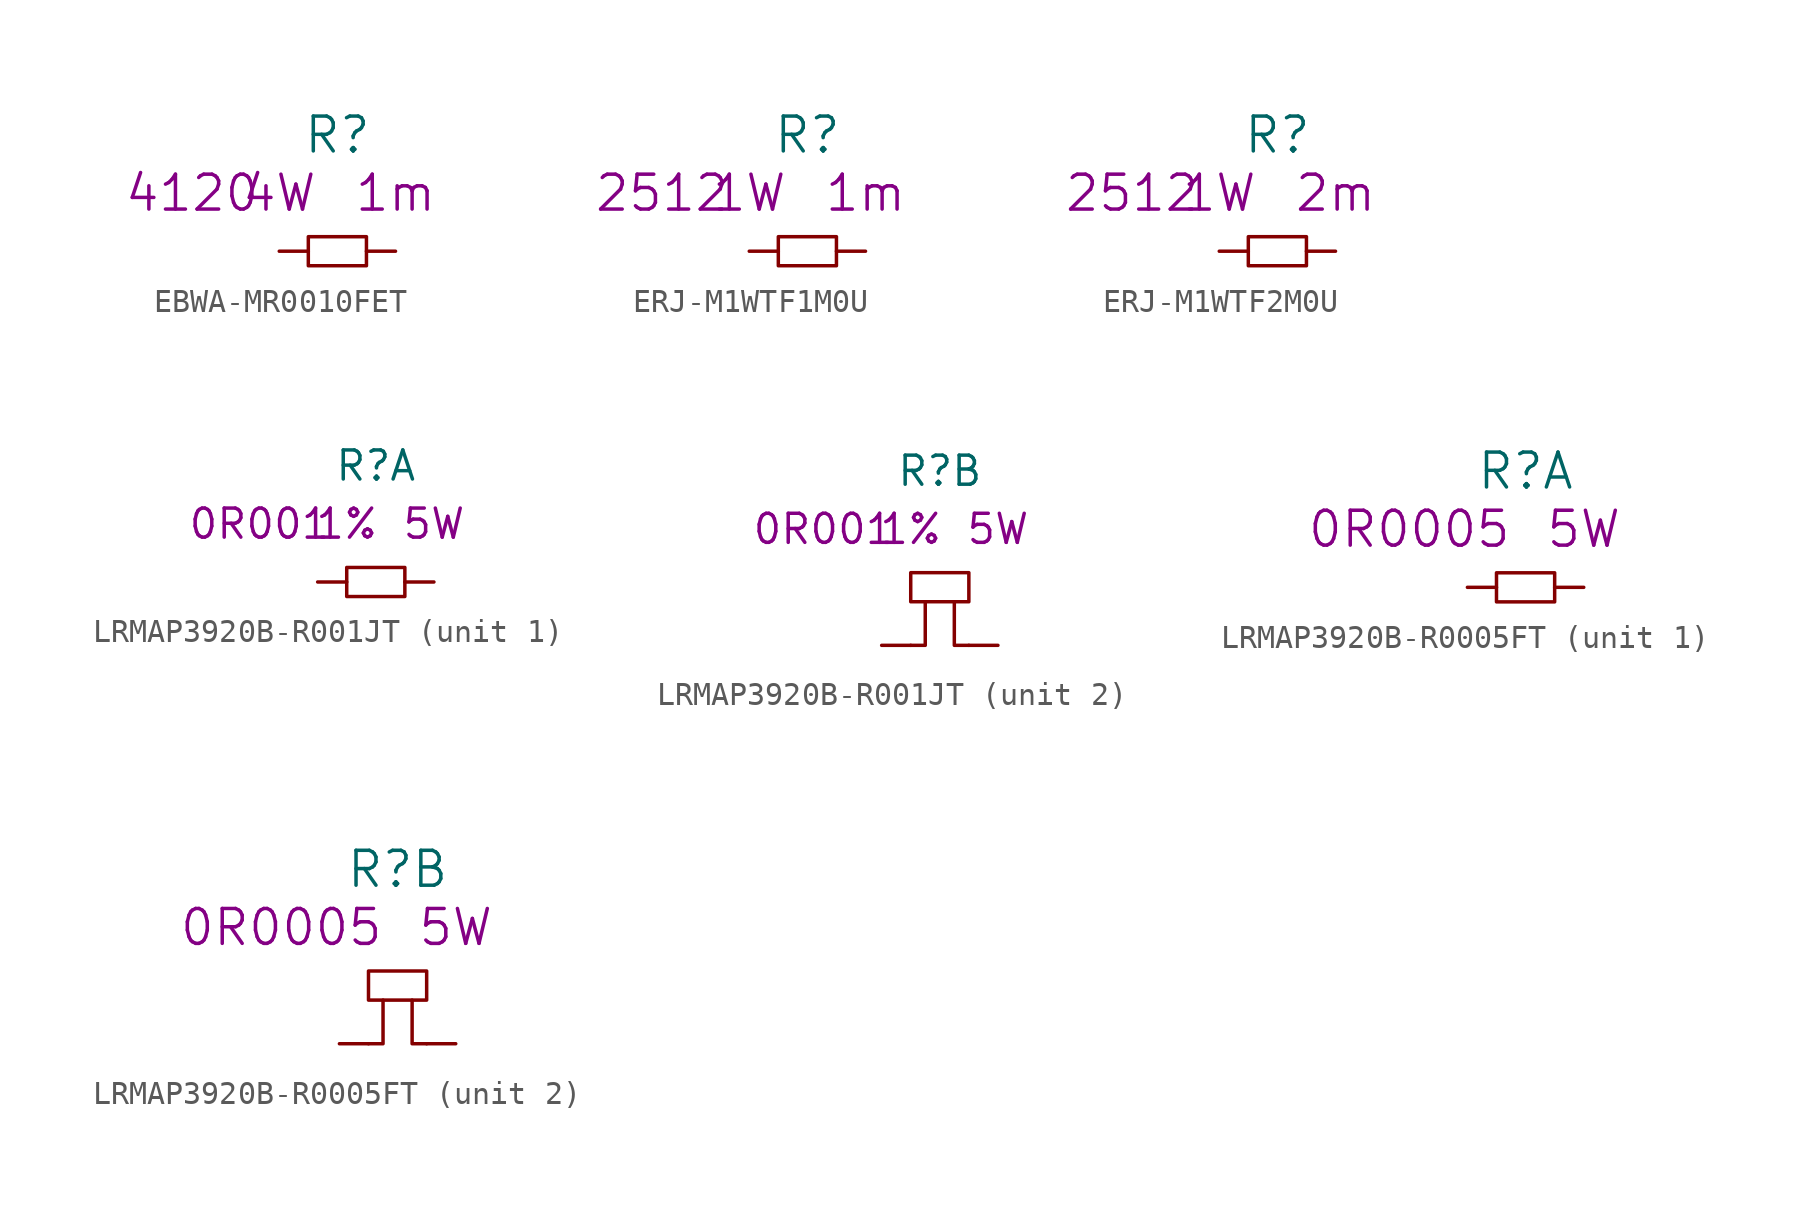
<source format=kicad_sym>
(kicad_symbol_lib
  (version 20220914)
  (generator kicad_symbol_editor)
  (symbol "EBWA-MR0010FET"
    (pin_numbers hide)
    (pin_names
      (offset 1.016) hide)
    (property "Reference" "R"
      (at 0 5.08 0)
      (effects (font (size 1.524 1.524))))
    (property "Size" "4120"
      (at -6.35 2.54 0)
      (effects (font (size 1.524 1.524))))
    (property "Value2" "1m"
      (at 2.54 2.54 0)
      (effects (font (size 1.524 1.524))))
    (property "Rating" "4W"
      (at -2.54 2.54 0)
      (effects (font (size 1.524 1.524))))
    (symbol "EBWA-MR0010FET_0_1"
      (rectangle (start -1.27 0.635) (end 1.27 -0.635) (stroke (width 0) (type solid)) (fill (type none))))
    (symbol "EBWA-MR0010FET_1_1"
      (pin passive line (at -2.54 0 0) (length 1.27) (name "1" (effects (font (size 1.27 1.27)))) (number "1" (effects (font (size 1.27 1.27)))))
      (pin passive line (at 2.54 0 180) (length 1.27) (name "2" (effects (font (size 1.27 1.27)))) (number "2" (effects (font (size 1.27 1.27)))))))
  (symbol "ERJ-M1WTF1M0U"
    (pin_numbers hide)
    (pin_names
      (offset 1.016) hide)
    (property "Reference" "R"
      (at 0 5.08 0)
      (effects (font (size 1.524 1.524))))
    (property "Size" "2512"
      (at -6.35 2.54 0)
      (effects (font (size 1.524 1.524))))
    (property "Value2" "1m"
      (at 2.54 2.54 0)
      (effects (font (size 1.524 1.524))))
    (property "Rating" "1W"
      (at -2.54 2.54 0)
      (effects (font (size 1.524 1.524))))
    (symbol "ERJ-M1WTF1M0U_0_1"
      (rectangle (start -1.27 0.635) (end 1.27 -0.635) (stroke (width 0) (type solid)) (fill (type none))))
    (symbol "ERJ-M1WTF1M0U_1_1"
      (pin passive line (at -2.54 0 0) (length 1.27) (name "1" (effects (font (size 1.27 1.27)))) (number "1" (effects (font (size 1.27 1.27)))))
      (pin passive line (at 2.54 0 180) (length 1.27) (name "2" (effects (font (size 1.27 1.27)))) (number "2" (effects (font (size 1.27 1.27)))))))
  (symbol "ERJ-M1WTF2M0U"
    (pin_numbers hide)
    (pin_names
      (offset 1.016) hide)
    (property "Reference" "R"
      (at 0 5.08 0)
      (effects (font (size 1.524 1.524))))
    (property "Size" "2512"
      (at -6.35 2.54 0)
      (effects (font (size 1.524 1.524))))
    (property "Value2" "2m"
      (at 2.54 2.54 0)
      (effects (font (size 1.524 1.524))))
    (property "Rating" "1W"
      (at -2.54 2.54 0)
      (effects (font (size 1.524 1.524))))
    (symbol "ERJ-M1WTF2M0U_0_1"
      (rectangle (start -1.27 0.635) (end 1.27 -0.635) (stroke (width 0) (type solid)) (fill (type none))))
    (symbol "ERJ-M1WTF2M0U_1_1"
      (pin passive line (at -2.54 0 0) (length 1.27) (name "1" (effects (font (size 1.27 1.27)))) (number "1" (effects (font (size 1.27 1.27)))))
      (pin passive line (at 2.54 0 180) (length 1.27) (name "2" (effects (font (size 1.27 1.27)))) (number "2" (effects (font (size 1.27 1.27)))))))
  (symbol "LRMAP3920B-R001JT"
    (pin_numbers hide)
    (pin_names
      (offset 0.025) hide)
    (property "Reference" "R"
      (at 0 5.08 0)
      (effects (font (size 1.27 1.27))))
    (property "Value2" "0R001"
      (at -5.08 2.54 0)
      (effects (font (size 1.27 1.27))))
    (property "Tolerance" "1%"
      (at -1.27 2.54 0)
      (effects (font (size 1.27 1.27))))
    (property "Rating" "5W"
      (at 2.54 2.54 0)
      (effects (font (size 1.27 1.27))))
    (property "ki_locked" ""
      (at 0 0 0)
      (effects (font (size 1.27 1.27))))
    (symbol "LRMAP3920B-R001JT_0_1"
      (rectangle (start -1.27 0.635) (end 1.27 -0.635) (stroke (width 0) (type solid)) (fill (type none))))
    (symbol "LRMAP3920B-R001JT_1_1"
      (pin passive line (at -2.54 0 0) (length 1.27) (name "1" (effects (font (size 1.27 1.27)))) (number "1" (effects (font (size 1.27 1.27)))))
      (pin passive line (at 2.54 0 180) (length 1.27) (name "2" (effects (font (size 1.27 1.27)))) (number "2" (effects (font (size 1.27 1.27))))))
    (symbol "LRMAP3920B-R001JT_2_1"
      (polyline (pts (xy -1.27 -2.54) (xy -0.635 -2.54) (xy -0.635 -0.635)) (stroke (width 0) (type solid)) (fill (type none)))
      (polyline (pts (xy 1.27 -2.54) (xy 0.635 -2.54) (xy 0.635 -0.635)) (stroke (width 0) (type solid)) (fill (type none)))
      (pin passive line (at -2.54 -2.54 0) (length 1.27) (name "3" (effects (font (size 1.27 1.27)))) (number "3" (effects (font (size 1.27 1.27)))))
      (pin passive line (at 2.54 -2.54 180) (length 1.27) (name "4" (effects (font (size 1.27 1.27)))) (number "4" (effects (font (size 1.27 1.27)))))))
  (symbol "LRMAP3920B-R0005FT"
    (pin_numbers hide)
    (pin_names
      (offset 0.025) hide)
    (property "Reference" "R"
      (at 0 5.08 0)
      (effects (font (size 1.524 1.524))))
    (property "Datasheet" ""
      (at 0 0 0)
      (effects (font (size 1.524 1.524))))
    (property "Value2" "0R0005"
      (at -5.08 2.54 0)
      (effects (font (size 1.524 1.524))))
    (property "Rating" "5W"
      (at 2.54 2.54 0)
      (effects (font (size 1.524 1.524))))
    (property "ki_locked" ""
      (at 0 0 0)
      (effects (font (size 1.27 1.27))))
    (symbol "LRMAP3920B-R0005FT_0_1"
      (rectangle (start -1.27 0.635) (end 1.27 -0.635) (stroke (width 0) (type solid)) (fill (type none))))
    (symbol "LRMAP3920B-R0005FT_1_1"
      (pin passive line (at -2.54 0 0) (length 1.27) (name "1" (effects (font (size 1.27 1.27)))) (number "1" (effects (font (size 1.27 1.27)))))
      (pin passive line (at 2.54 0 180) (length 1.27) (name "2" (effects (font (size 1.27 1.27)))) (number "2" (effects (font (size 1.27 1.27))))))
    (symbol "LRMAP3920B-R0005FT_2_1"
      (polyline (pts (xy -1.27 -2.54) (xy -0.635 -2.54) (xy -0.635 -0.635)) (stroke (width 0) (type solid)) (fill (type none)))
      (polyline (pts (xy 1.27 -2.54) (xy 0.635 -2.54) (xy 0.635 -0.635)) (stroke (width 0) (type solid)) (fill (type none)))
      (pin passive line (at -2.54 -2.54 0) (length 1.27) (name "3" (effects (font (size 1.27 1.27)))) (number "3" (effects (font (size 1.27 1.27)))))
      (pin passive line (at 2.54 -2.54 180) (length 1.27) (name "4" (effects (font (size 1.27 1.27)))) (number "4" (effects (font (size 1.27 1.27))))))))
</source>
